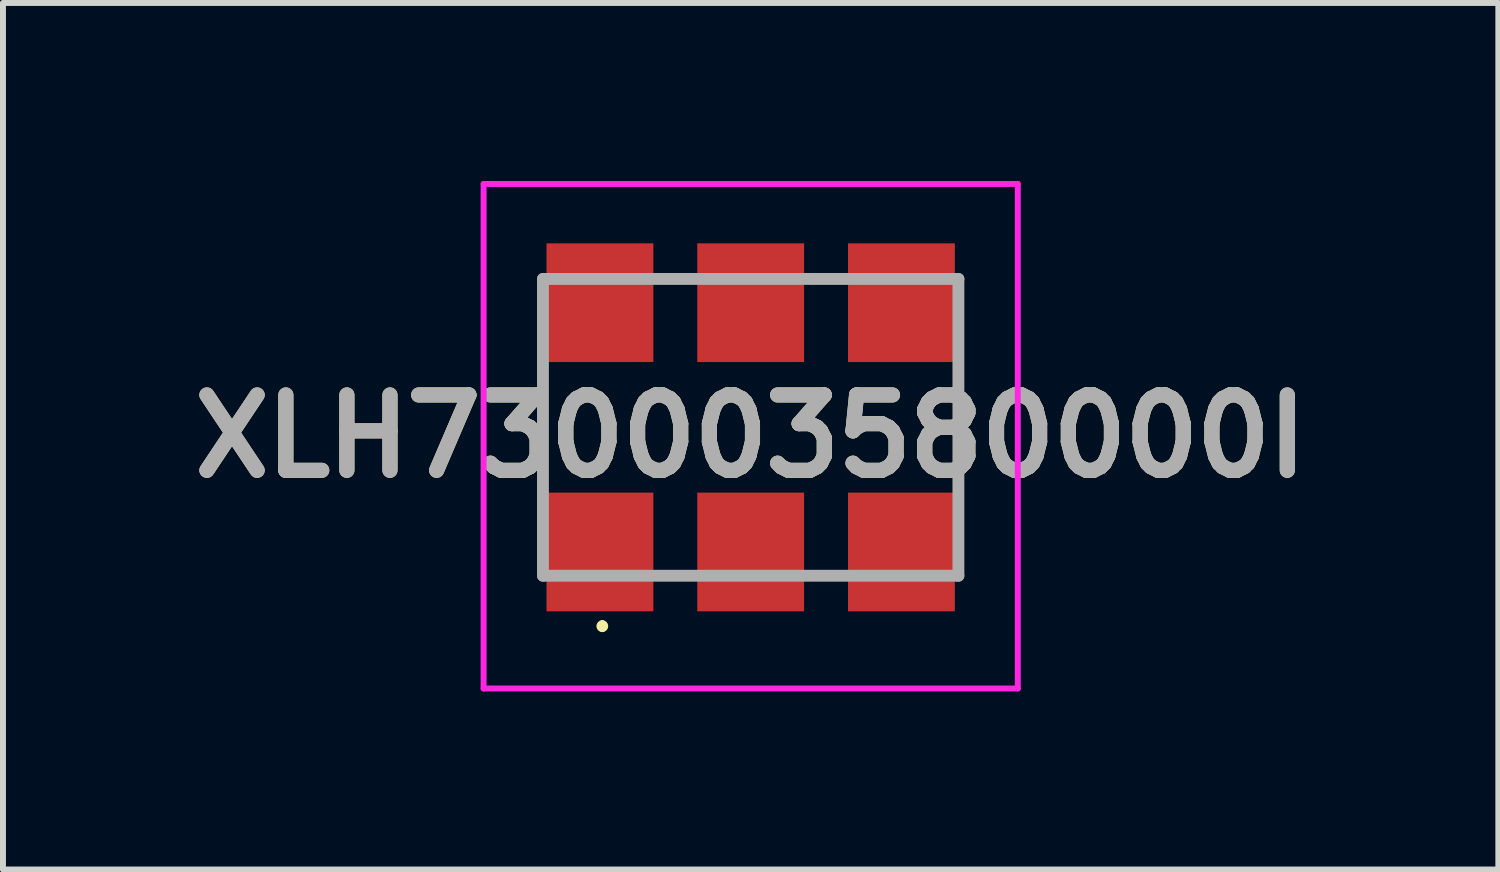
<source format=kicad_pcb>
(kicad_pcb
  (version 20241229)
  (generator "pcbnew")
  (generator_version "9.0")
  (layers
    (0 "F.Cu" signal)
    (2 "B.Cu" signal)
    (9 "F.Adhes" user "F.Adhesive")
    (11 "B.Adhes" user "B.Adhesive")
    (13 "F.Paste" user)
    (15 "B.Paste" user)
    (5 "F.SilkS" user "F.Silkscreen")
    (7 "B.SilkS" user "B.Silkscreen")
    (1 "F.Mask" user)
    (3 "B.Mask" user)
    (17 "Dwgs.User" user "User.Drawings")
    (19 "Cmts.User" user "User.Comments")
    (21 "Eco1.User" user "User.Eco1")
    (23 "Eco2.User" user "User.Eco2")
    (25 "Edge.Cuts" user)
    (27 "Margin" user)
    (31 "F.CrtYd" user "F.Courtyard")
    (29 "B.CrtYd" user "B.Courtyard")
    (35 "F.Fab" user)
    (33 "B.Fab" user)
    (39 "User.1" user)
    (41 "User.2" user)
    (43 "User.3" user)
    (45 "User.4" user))
  (footprint "XLH730003580000I"
    (layer "F.Cu")
    (at 9.598 4.15)
    (property "Reference" "XLH730003580000I" (at 0 0.15 0) (layer "F.SilkS") (effects (font (size 1.27 1.27) (thickness 0.254))))
    (attr smd)
    (fp_line (start -3.5 0.5) (end -3.5 -0.5) (stroke (width 0.1) (type solid)) (layer "F.SilkS"))
    (fp_line (start -2.5 3.3) (end -2.5 3.3) (stroke (width 0.1) (type solid)) (layer "F.SilkS"))
    (fp_line (start -2.5 3.4) (end -2.5 3.4) (stroke (width 0.1) (type solid)) (layer "F.SilkS"))
    (fp_line (start 3.5 0.5) (end 3.5 -0.5) (stroke (width 0.1) (type solid)) (layer "F.SilkS"))
    (fp_arc (start -2.5 3.3) (mid -2.45 3.35) (end -2.5 3.4) (stroke (width 0.1) (type solid)) (layer "F.SilkS"))
    (fp_arc (start -2.5 3.4) (mid -2.55 3.35) (end -2.5 3.3) (stroke (width 0.1) (type solid)) (layer "F.SilkS"))
    (fp_line (start -4.5 -4.1) (end 4.5 -4.1) (stroke (width 0.1) (type solid)) (layer "F.CrtYd"))
    (fp_line (start -4.5 4.4) (end -4.5 -4.1) (stroke (width 0.1) (type solid)) (layer "F.CrtYd"))
    (fp_line (start 4.5 -4.1) (end 4.5 4.4) (stroke (width 0.1) (type solid)) (layer "F.CrtYd"))
    (fp_line (start 4.5 4.4) (end -4.5 4.4) (stroke (width 0.1) (type solid)) (layer "F.CrtYd"))
    (fp_line (start -3.5 -2.5) (end 3.5 -2.5) (stroke (width 0.2) (type solid)) (layer "F.Fab"))
    (fp_line (start -3.5 2.5) (end -3.5 -2.5) (stroke (width 0.2) (type solid)) (layer "F.Fab"))
    (fp_line (start 3.5 -2.5) (end 3.5 2.5) (stroke (width 0.2) (type solid)) (layer "F.Fab"))
    (fp_line (start 3.5 2.5) (end -3.5 2.5) (stroke (width 0.2) (type solid)) (layer "F.Fab"))
    (fp_text user "${REFERENCE}" (at 0 0.15 0) (layer "F.Fab") (effects (font (size 1.27 1.27) (thickness 0.254))))
    (pad "1" smd rect (at -2.54 2.1) (size 1.8 2) (layers "F.Cu" "F.Mask" "F.Paste"))
    (pad "2" smd rect (at 0 2.1) (size 1.8 2) (layers "F.Cu" "F.Mask" "F.Paste"))
    (pad "3" smd rect (at 2.54 2.1) (size 1.8 2) (layers "F.Cu" "F.Mask" "F.Paste"))
    (pad "4" smd rect (at 2.54 -2.1) (size 1.8 2) (layers "F.Cu" "F.Mask" "F.Paste"))
    (pad "5" smd rect (at 0 -2.1) (size 1.8 2) (layers "F.Cu" "F.Mask" "F.Paste"))
    (pad "6" smd rect (at -2.54 -2.1) (size 1.8 2) (layers "F.Cu" "F.Mask" "F.Paste")))
  (gr_rect
    (start -3 -3)
    (end 22.195 11.6)
    (stroke (width 0.1) (type default))
    (fill no)
    (layer "Edge.Cuts")))
</source>
